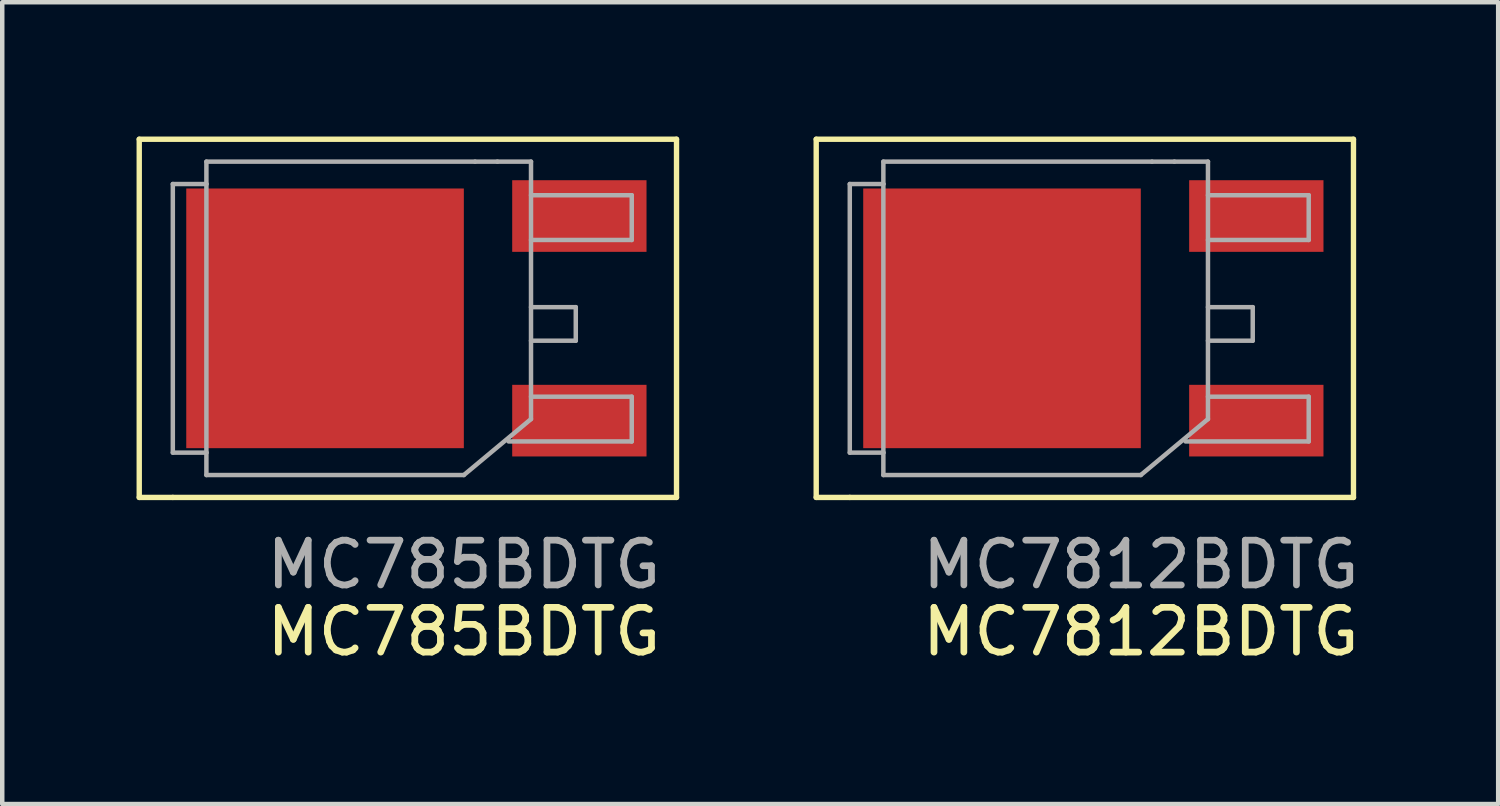
<source format=kicad_pcb>
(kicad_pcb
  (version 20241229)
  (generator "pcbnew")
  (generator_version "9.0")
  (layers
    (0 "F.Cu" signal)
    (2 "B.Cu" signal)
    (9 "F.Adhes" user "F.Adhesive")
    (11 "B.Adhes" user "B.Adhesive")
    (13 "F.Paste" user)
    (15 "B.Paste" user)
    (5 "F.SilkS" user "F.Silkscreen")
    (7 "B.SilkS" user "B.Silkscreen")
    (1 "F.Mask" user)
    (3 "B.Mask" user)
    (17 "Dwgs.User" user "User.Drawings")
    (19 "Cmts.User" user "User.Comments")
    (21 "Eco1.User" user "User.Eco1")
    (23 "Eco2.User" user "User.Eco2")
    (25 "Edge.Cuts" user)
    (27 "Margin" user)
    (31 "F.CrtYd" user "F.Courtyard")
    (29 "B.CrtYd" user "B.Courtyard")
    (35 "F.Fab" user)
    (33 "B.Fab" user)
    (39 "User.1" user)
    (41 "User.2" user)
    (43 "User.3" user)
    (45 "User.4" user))
  (footprint "MC7812BDTG"
    (layer "F.Cu")
    (at 22.43 4.06)
    (property "Reference" "MC7812BDTG" (at 0 7 0) (unlocked yes) (layer "F.SilkS") (effects (font (size 1 1) (thickness 0.15))))
    (attr smd)
    (fp_line (start -7.25 -4) (end -7.25 4) (stroke (width 0.12) (type solid)) (layer "F.SilkS"))
    (fp_line (start -7.25 -4) (end 4.75 -4) (stroke (width 0.12) (type solid)) (layer "F.SilkS"))
    (fp_line (start -7.25 4) (end -6.5 4) (stroke (width 0.12) (type solid)) (layer "F.SilkS"))
    (fp_line (start -6.5 4) (end 4.75 4) (stroke (width 0.12) (type solid)) (layer "F.SilkS"))
    (fp_line (start 4.75 -4) (end 4.75 4) (stroke (width 0.12) (type solid)) (layer "F.SilkS"))
    (fp_line (start -6.5 -3) (end -6.5 3) (stroke (width 0.1) (type solid)) (layer "F.Fab"))
    (fp_line (start -6.5 -3) (end -5.75 -3) (stroke (width 0.1) (type solid)) (layer "F.Fab"))
    (fp_line (start -6.5 3) (end -5.75 3) (stroke (width 0.1) (type solid)) (layer "F.Fab"))
    (fp_line (start -5.75 -3.5) (end 0.25 -3.5) (stroke (width 0.1) (type solid)) (layer "F.Fab"))
    (fp_line (start -5.75 -3) (end -5.75 -3.5) (stroke (width 0.1) (type solid)) (layer "F.Fab"))
    (fp_line (start -5.75 -3) (end -5.75 3) (stroke (width 0.1) (type solid)) (layer "F.Fab"))
    (fp_line (start -5.75 3) (end -5.75 3.5) (stroke (width 0.1) (type solid)) (layer "F.Fab"))
    (fp_line (start 0 3.5) (end -5.75 3.5) (stroke (width 0.1) (type solid)) (layer "F.Fab"))
    (fp_line (start 0 3.5) (end 1.5 2.25) (stroke (width 0.1) (type solid)) (layer "F.Fab"))
    (fp_line (start 0.75 -3.5) (end 0.25 -3.5) (stroke (width 0.1) (type solid)) (layer "F.Fab"))
    (fp_line (start 1 2.75) (end 3.75 2.75) (stroke (width 0.1) (type solid)) (layer "F.Fab"))
    (fp_line (start 1.5 -3.5) (end 0.75 -3.5) (stroke (width 0.1) (type solid)) (layer "F.Fab"))
    (fp_line (start 1.5 -1.75) (end 3.75 -1.75) (stroke (width 0.1) (type solid)) (layer "F.Fab"))
    (fp_line (start 1.5 -0.25) (end 2.5 -0.25) (stroke (width 0.1) (type solid)) (layer "F.Fab"))
    (fp_line (start 1.5 2.25) (end 1.5 -3.5) (stroke (width 0.1) (type solid)) (layer "F.Fab"))
    (fp_line (start 2.5 -0.25) (end 2.5 0.5) (stroke (width 0.1) (type solid)) (layer "F.Fab"))
    (fp_line (start 2.5 0.5) (end 1.5 0.5) (stroke (width 0.1) (type solid)) (layer "F.Fab"))
    (fp_line (start 3.75 -2.75) (end 1.5 -2.75) (stroke (width 0.1) (type solid)) (layer "F.Fab"))
    (fp_line (start 3.75 -1.75) (end 3.75 -2.75) (stroke (width 0.1) (type solid)) (layer "F.Fab"))
    (fp_line (start 3.75 1.75) (end 1.5 1.75) (stroke (width 0.1) (type solid)) (layer "F.Fab"))
    (fp_line (start 3.75 2.75) (end 3.75 1.75) (stroke (width 0.1) (type solid)) (layer "F.Fab"))
    (fp_text user "${REFERENCE}" (at 0 5.5 0) (unlocked yes) (layer "F.Fab") (effects (font (size 1 1) (thickness 0.15))))
    (pad "1" smd rect (at 2.58 2.285) (size 3 1.6) (layers "F.Cu" "F.Mask" "F.Paste"))
    (pad "2" smd rect (at -3.1 0) (size 6.2 5.8) (layers "F.Cu" "F.Mask" "F.Paste"))
    (pad "3" smd rect (at 2.58 -2.285) (size 3 1.6) (layers "F.Cu" "F.Mask" "F.Paste")))
  (footprint "MC785BDTG"
    (layer "F.Cu")
    (at 7.31 4.06)
    (property "Reference" "MC785BDTG" (at 0 7 0) (unlocked yes) (layer "F.SilkS") (effects (font (size 1 1) (thickness 0.15))))
    (attr smd)
    (fp_line (start -7.25 -4) (end -7.25 4) (stroke (width 0.12) (type solid)) (layer "F.SilkS"))
    (fp_line (start -7.25 -4) (end 4.75 -4) (stroke (width 0.12) (type solid)) (layer "F.SilkS"))
    (fp_line (start -7.25 4) (end -6.5 4) (stroke (width 0.12) (type solid)) (layer "F.SilkS"))
    (fp_line (start -6.5 4) (end 4.75 4) (stroke (width 0.12) (type solid)) (layer "F.SilkS"))
    (fp_line (start 4.75 -4) (end 4.75 4) (stroke (width 0.12) (type solid)) (layer "F.SilkS"))
    (fp_line (start -6.5 -3) (end -6.5 3) (stroke (width 0.1) (type solid)) (layer "F.Fab"))
    (fp_line (start -6.5 -3) (end -5.75 -3) (stroke (width 0.1) (type solid)) (layer "F.Fab"))
    (fp_line (start -6.5 3) (end -5.75 3) (stroke (width 0.1) (type solid)) (layer "F.Fab"))
    (fp_line (start -5.75 -3.5) (end 0.25 -3.5) (stroke (width 0.1) (type solid)) (layer "F.Fab"))
    (fp_line (start -5.75 -3) (end -5.75 -3.5) (stroke (width 0.1) (type solid)) (layer "F.Fab"))
    (fp_line (start -5.75 -3) (end -5.75 3) (stroke (width 0.1) (type solid)) (layer "F.Fab"))
    (fp_line (start -5.75 3) (end -5.75 3.5) (stroke (width 0.1) (type solid)) (layer "F.Fab"))
    (fp_line (start 0 3.5) (end -5.75 3.5) (stroke (width 0.1) (type solid)) (layer "F.Fab"))
    (fp_line (start 0 3.5) (end 1.5 2.25) (stroke (width 0.1) (type solid)) (layer "F.Fab"))
    (fp_line (start 0.75 -3.5) (end 0.25 -3.5) (stroke (width 0.1) (type solid)) (layer "F.Fab"))
    (fp_line (start 1 2.75) (end 3.75 2.75) (stroke (width 0.1) (type solid)) (layer "F.Fab"))
    (fp_line (start 1.5 -3.5) (end 0.75 -3.5) (stroke (width 0.1) (type solid)) (layer "F.Fab"))
    (fp_line (start 1.5 -1.75) (end 3.75 -1.75) (stroke (width 0.1) (type solid)) (layer "F.Fab"))
    (fp_line (start 1.5 -0.25) (end 2.5 -0.25) (stroke (width 0.1) (type solid)) (layer "F.Fab"))
    (fp_line (start 1.5 2.25) (end 1.5 -3.5) (stroke (width 0.1) (type solid)) (layer "F.Fab"))
    (fp_line (start 2.5 -0.25) (end 2.5 0.5) (stroke (width 0.1) (type solid)) (layer "F.Fab"))
    (fp_line (start 2.5 0.5) (end 1.5 0.5) (stroke (width 0.1) (type solid)) (layer "F.Fab"))
    (fp_line (start 3.75 -2.75) (end 1.5 -2.75) (stroke (width 0.1) (type solid)) (layer "F.Fab"))
    (fp_line (start 3.75 -1.75) (end 3.75 -2.75) (stroke (width 0.1) (type solid)) (layer "F.Fab"))
    (fp_line (start 3.75 1.75) (end 1.5 1.75) (stroke (width 0.1) (type solid)) (layer "F.Fab"))
    (fp_line (start 3.75 2.75) (end 3.75 1.75) (stroke (width 0.1) (type solid)) (layer "F.Fab"))
    (fp_text user "${REFERENCE}" (at 0 5.5 0) (unlocked yes) (layer "F.Fab") (effects (font (size 1 1) (thickness 0.15))))
    (pad "1" smd rect (at 2.58 2.285) (size 3 1.6) (layers "F.Cu" "F.Mask" "F.Paste"))
    (pad "2" smd rect (at -3.1 0) (size 6.2 5.8) (layers "F.Cu" "F.Mask" "F.Paste"))
    (pad "3" smd rect (at 2.58 -2.285) (size 3 1.6) (layers "F.Cu" "F.Mask" "F.Paste")))
  (gr_rect
    (start -3 -3)
    (end 30.412 14.908)
    (stroke (width 0.1) (type default))
    (fill no)
    (layer "Edge.Cuts")))
</source>
